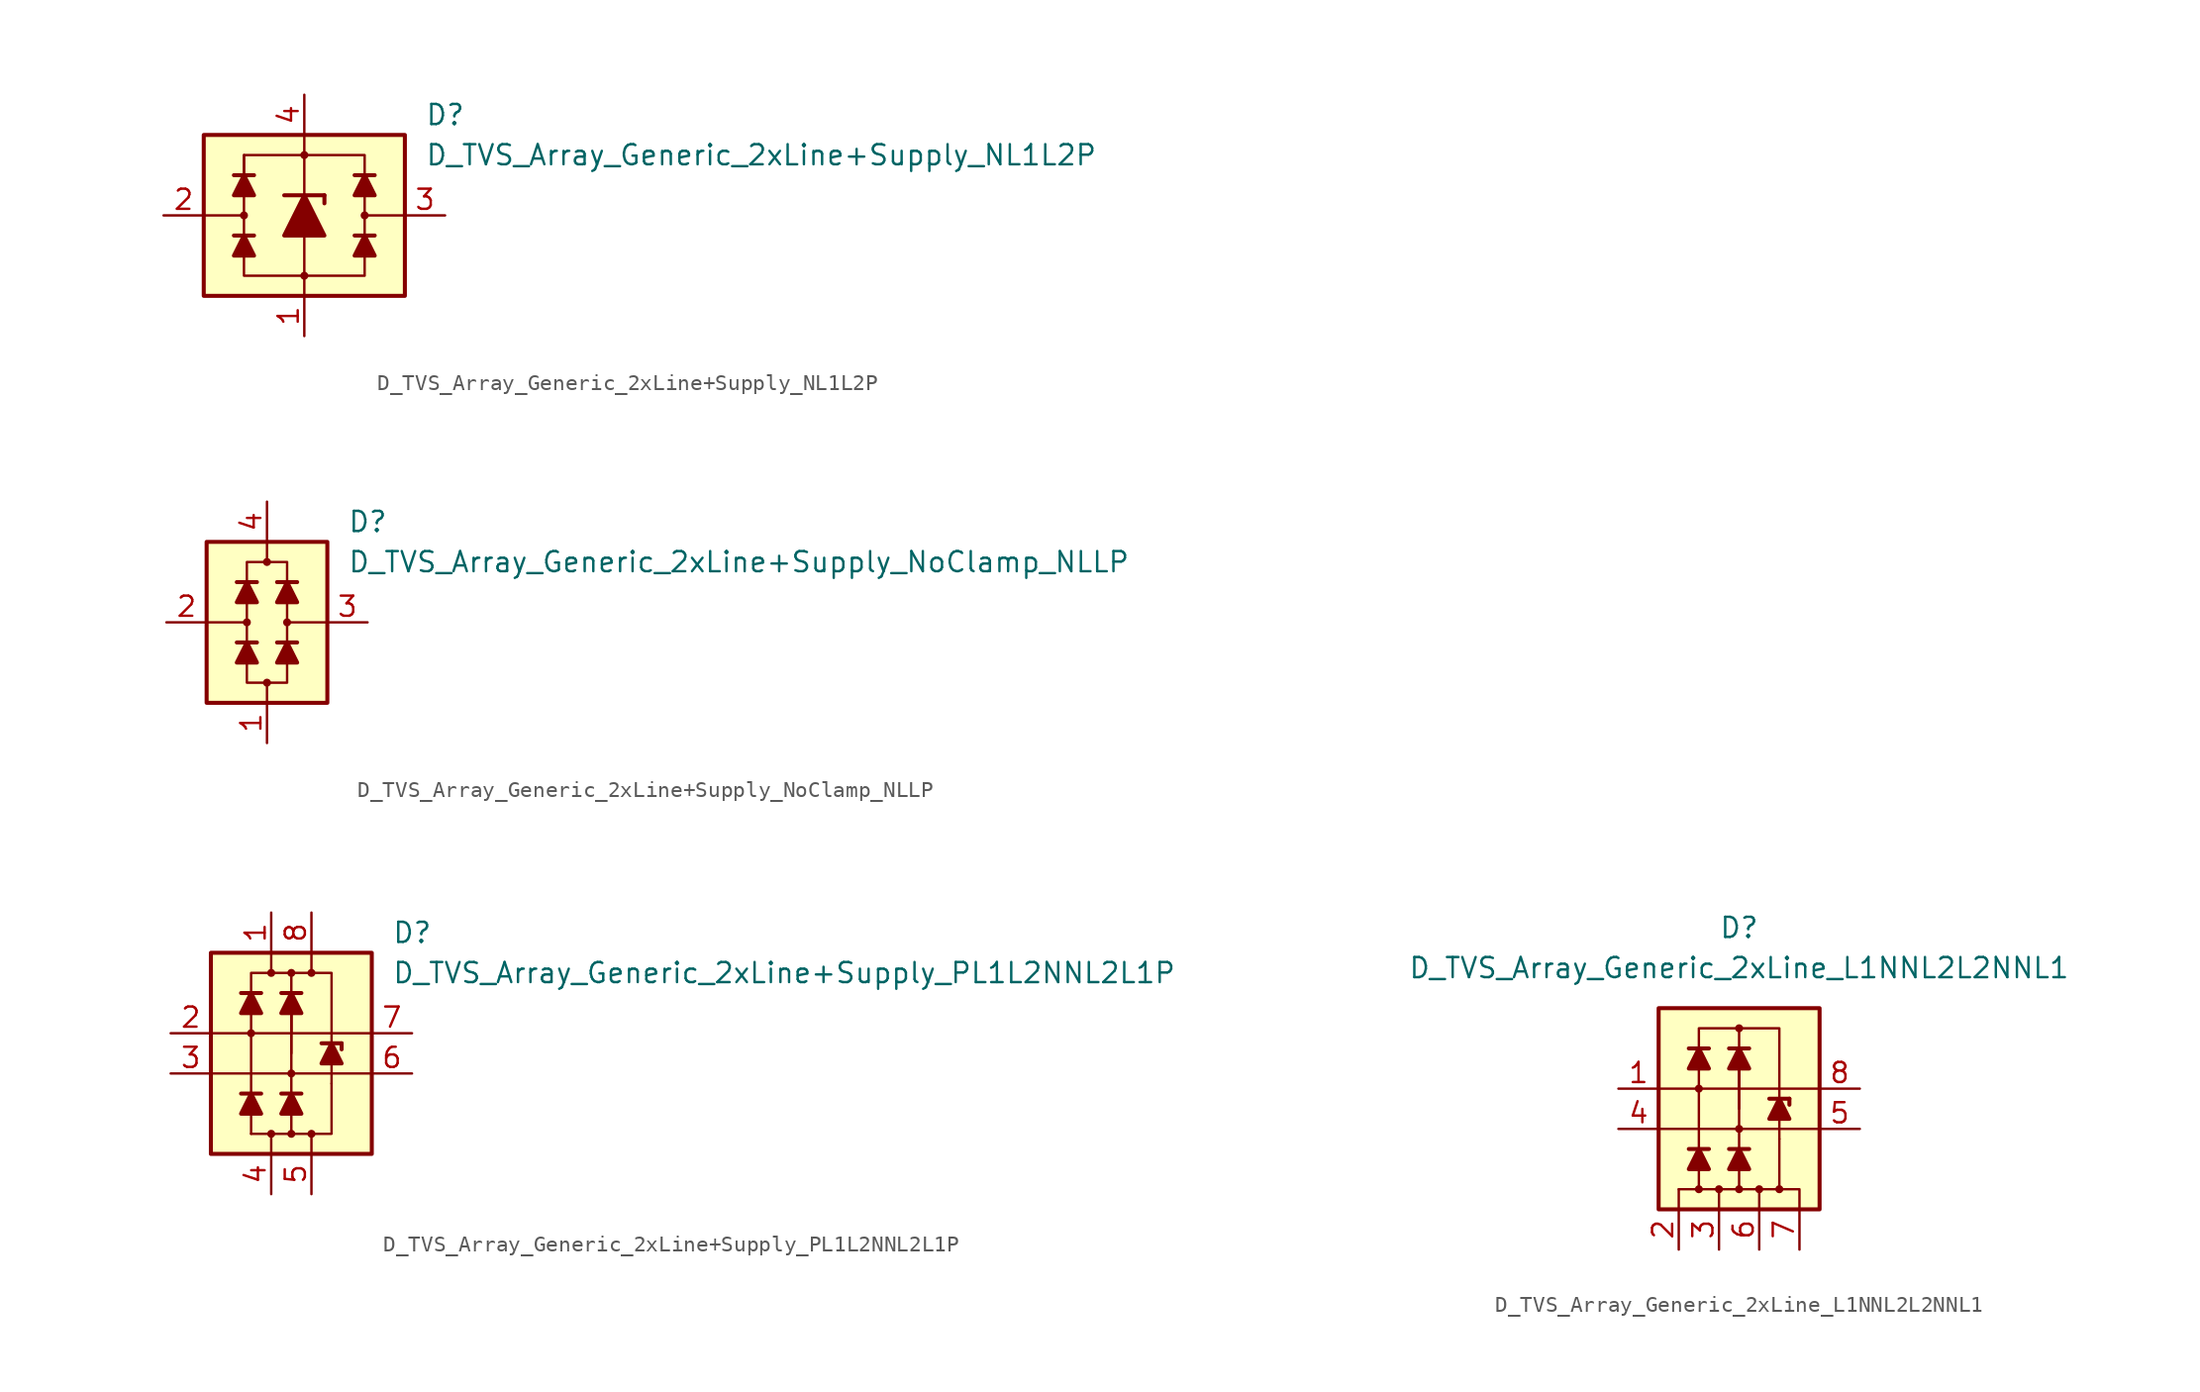
<source format=kicad_sym>
(kicad_symbol_lib
  (version 20211014)
  (generator kicad_symbol_editor)
  (symbol "D_TVS_Array_Generic_2xLine+Supply_NL1L2P"
    (pin_names
      (offset 1.016) hide)
    (property "Reference" "D"
      (at 7.62 6.35 0)
      (effects (font (size 1.27 1.27)) (justify left)))
    (property "Value" "D_TVS_Array_Generic_2xLine+Supply_NL1L2P"
      (at 7.62 3.81 0)
      (effects (font (size 1.27 1.27)) (justify left)))
    (symbol "D_TVS_Array_Generic_2xLine+Supply_NL1L2P_0_1"
      (rectangle (start -6.35 5.08) (end 6.35 -5.08) (stroke (width 0.254) (type default) (color 0 0 0 0)) (fill (type background)))
      (circle (center -3.81 0) (radius 0.178) (stroke (width 0) (type default) (color 0 0 0 0)) (fill (type outline)))
      (polyline (pts (xy -3.81 -1.27) (xy -3.81 1.27)) (stroke (width 0) (type default) (color 0 0 0 0)) (fill (type none)))
      (polyline (pts (xy -3.81 0) (xy -6.35 0)) (stroke (width 0) (type default) (color 0 0 0 0)) (fill (type none)))
      (polyline (pts (xy -3.175 -1.27) (xy -4.445 -1.27)) (stroke (width 0.254) (type default) (color 0 0 0 0)) (fill (type none)))
      (polyline (pts (xy -3.175 2.54) (xy -4.445 2.54)) (stroke (width 0.254) (type default) (color 0 0 0 0)) (fill (type none)))
      (polyline (pts (xy 0 -1.27) (xy 0 -5.08)) (stroke (width 0) (type default) (color 0 0 0 0)) (fill (type none)))
      (polyline (pts (xy 0 1.27) (xy 0 5.08)) (stroke (width 0) (type default) (color 0 0 0 0)) (fill (type none)))
      (polyline (pts (xy 3.81 -1.27) (xy 3.81 1.27)) (stroke (width 0) (type default) (color 0 0 0 0)) (fill (type none)))
      (polyline (pts (xy 3.81 0) (xy 6.35 0)) (stroke (width 0) (type default) (color 0 0 0 0)) (fill (type none)))
      (polyline (pts (xy 4.445 -1.27) (xy 3.175 -1.27)) (stroke (width 0.254) (type default) (color 0 0 0 0)) (fill (type none)))
      (polyline (pts (xy 4.445 2.54) (xy 3.175 2.54)) (stroke (width 0.254) (type default) (color 0 0 0 0)) (fill (type none)))
      (polyline (pts (xy -3.81 -2.54) (xy -3.81 -3.81) (xy 3.81 -3.81) (xy 3.81 -2.54)) (stroke (width 0) (type default) (color 0 0 0 0)) (fill (type none)))
      (polyline (pts (xy -3.81 -1.27) (xy -3.175 -2.54) (xy -4.445 -2.54) (xy -3.81 -1.27)) (stroke (width 0.254) (type default) (color 0 0 0 0)) (fill (type outline)))
      (polyline (pts (xy -3.81 2.54) (xy -3.81 3.81) (xy 3.81 3.81) (xy 3.81 2.54)) (stroke (width 0) (type default) (color 0 0 0 0)) (fill (type none)))
      (polyline (pts (xy -3.81 2.54) (xy -3.175 1.27) (xy -4.445 1.27) (xy -3.81 2.54)) (stroke (width 0.254) (type default) (color 0 0 0 0)) (fill (type outline)))
      (polyline (pts (xy 3.81 -1.27) (xy 4.445 -2.54) (xy 3.175 -2.54) (xy 3.81 -1.27)) (stroke (width 0.254) (type default) (color 0 0 0 0)) (fill (type outline)))
      (polyline (pts (xy 3.81 2.54) (xy 4.445 1.27) (xy 3.175 1.27) (xy 3.81 2.54)) (stroke (width 0.254) (type default) (color 0 0 0 0)) (fill (type outline)))
      (circle (center 0 3.81) (radius 0.178) (stroke (width 0) (type default) (color 0 0 0 0)) (fill (type outline)))
      (circle (center 3.81 0) (radius 0.178) (stroke (width 0) (type default) (color 0 0 0 0)) (fill (type outline))))
    (symbol "D_TVS_Array_Generic_2xLine+Supply_NL1L2P_1_1"
      (circle (center 0 -3.81) (radius 0.178) (stroke (width 0) (type default) (color 0 0 0 0)) (fill (type outline)))
      (polyline (pts (xy -3.81 1.27) (xy -3.81 3.81)) (stroke (width 0) (type default) (color 0 0 0 0)) (fill (type none)))
      (polyline (pts (xy -1.27 1.27) (xy 1.27 1.27)) (stroke (width 0.254) (type default) (color 0 0 0 0)) (fill (type none)))
      (polyline (pts (xy 0 -1.27) (xy 0 1.27)) (stroke (width 0) (type default) (color 0 0 0 0)) (fill (type none)))
      (polyline (pts (xy 1.27 1.27) (xy 1.27 0.762)) (stroke (width 0.254) (type default) (color 0 0 0 0)) (fill (type none)))
      (polyline (pts (xy 1.27 -1.27) (xy -1.27 -1.27) (xy 0 1.27) (xy 1.27 -1.27)) (stroke (width 0.254) (type default) (color 0 0 0 0)) (fill (type outline)))
      (pin passive line (at 0 -7.62 90) (length 2.54) (name "VN" (effects (font (size 1.27 1.27)))) (number "1" (effects (font (size 1.27 1.27)))))
      (pin passive line (at -8.89 0 0) (length 2.54) (name "L1" (effects (font (size 1.27 1.27)))) (number "2" (effects (font (size 1.27 1.27)))))
      (pin passive line (at 8.89 0 180) (length 2.54) (name "L2" (effects (font (size 1.27 1.27)))) (number "3" (effects (font (size 1.27 1.27)))))
      (pin passive line (at 0 7.62 270) (length 2.54) (name "VP" (effects (font (size 1.27 1.27)))) (number "4" (effects (font (size 1.27 1.27)))))))
  (symbol "D_TVS_Array_Generic_2xLine+Supply_NoClamp_NLLP"
    (pin_names
      (offset 1.016) hide)
    (property "Reference" "D"
      (at 5.08 6.35 0)
      (effects (font (size 1.27 1.27)) (justify left)))
    (property "Value" "D_TVS_Array_Generic_2xLine+Supply_NoClamp_NLLP"
      (at 5.08 3.81 0)
      (effects (font (size 1.27 1.27)) (justify left)))
    (symbol "D_TVS_Array_Generic_2xLine+Supply_NoClamp_NLLP_0_1"
      (rectangle (start -3.81 5.08) (end 3.81 -5.08) (stroke (width 0.254) (type default) (color 0 0 0 0)) (fill (type background)))
      (circle (center -1.27 0) (radius 0.178) (stroke (width 0) (type default) (color 0 0 0 0)) (fill (type outline)))
      (polyline (pts (xy -1.27 -1.27) (xy -1.27 1.27)) (stroke (width 0) (type default) (color 0 0 0 0)) (fill (type none)))
      (polyline (pts (xy -1.27 0) (xy -3.81 0)) (stroke (width 0) (type default) (color 0 0 0 0)) (fill (type none)))
      (polyline (pts (xy -0.635 -1.27) (xy -1.905 -1.27)) (stroke (width 0.254) (type default) (color 0 0 0 0)) (fill (type none)))
      (polyline (pts (xy -0.635 2.54) (xy -1.905 2.54)) (stroke (width 0.254) (type default) (color 0 0 0 0)) (fill (type none)))
      (polyline (pts (xy 0 -3.81) (xy 0 -5.08)) (stroke (width 0) (type default) (color 0 0 0 0)) (fill (type none)))
      (polyline (pts (xy 0 3.81) (xy 0 5.08)) (stroke (width 0.152) (type default) (color 0 0 0 0)) (fill (type none)))
      (polyline (pts (xy 1.27 -1.27) (xy 1.27 1.27)) (stroke (width 0) (type default) (color 0 0 0 0)) (fill (type none)))
      (polyline (pts (xy 1.27 0) (xy 3.81 0)) (stroke (width 0) (type default) (color 0 0 0 0)) (fill (type none)))
      (polyline (pts (xy 1.905 -1.27) (xy 0.635 -1.27)) (stroke (width 0.254) (type default) (color 0 0 0 0)) (fill (type none)))
      (polyline (pts (xy 1.905 2.54) (xy 0.635 2.54)) (stroke (width 0.254) (type default) (color 0 0 0 0)) (fill (type none)))
      (polyline (pts (xy -1.27 -2.54) (xy -1.27 -3.81) (xy 1.27 -3.81) (xy 1.27 -2.54)) (stroke (width 0.152) (type default) (color 0 0 0 0)) (fill (type none)))
      (polyline (pts (xy -1.27 -1.27) (xy -0.635 -2.54) (xy -1.905 -2.54) (xy -1.27 -1.27)) (stroke (width 0.254) (type default) (color 0 0 0 0)) (fill (type outline)))
      (polyline (pts (xy -1.27 2.54) (xy -1.27 3.81) (xy 1.27 3.81) (xy 1.27 2.54)) (stroke (width 0.152) (type default) (color 0 0 0 0)) (fill (type none)))
      (polyline (pts (xy -1.27 2.54) (xy -0.635 1.27) (xy -1.905 1.27) (xy -1.27 2.54)) (stroke (width 0.254) (type default) (color 0 0 0 0)) (fill (type outline)))
      (polyline (pts (xy 1.27 -1.27) (xy 1.905 -2.54) (xy 0.635 -2.54) (xy 1.27 -1.27)) (stroke (width 0.254) (type default) (color 0 0 0 0)) (fill (type outline)))
      (polyline (pts (xy 1.27 2.54) (xy 1.905 1.27) (xy 0.635 1.27) (xy 1.27 2.54)) (stroke (width 0.254) (type default) (color 0 0 0 0)) (fill (type outline)))
      (circle (center 0 3.81) (radius 0.178) (stroke (width 0) (type default) (color 0 0 0 0)) (fill (type outline)))
      (circle (center 1.27 0) (radius 0.178) (stroke (width 0) (type default) (color 0 0 0 0)) (fill (type outline))))
    (symbol "D_TVS_Array_Generic_2xLine+Supply_NoClamp_NLLP_1_1"
      (circle (center 0 -3.81) (radius 0.178) (stroke (width 0) (type default) (color 0 0 0 0)) (fill (type outline)))
      (pin passive line (at 0 -7.62 90) (length 2.54) (name "VN" (effects (font (size 1.27 1.27)))) (number "1" (effects (font (size 1.27 1.27)))))
      (pin passive line (at -6.35 0 0) (length 2.54) (name "L1" (effects (font (size 1.27 1.27)))) (number "2" (effects (font (size 1.27 1.27)))))
      (pin passive line (at 6.35 0 180) (length 2.54) (name "L2" (effects (font (size 1.27 1.27)))) (number "3" (effects (font (size 1.27 1.27)))))
      (pin passive line (at 0 7.62 270) (length 2.54) (name "VP" (effects (font (size 1.27 1.27)))) (number "4" (effects (font (size 1.27 1.27)))))))
  (symbol "D_TVS_Array_Generic_2xLine+Supply_PL1L2NNL2L1P"
    (pin_names
      (offset 1.016) hide)
    (property "Reference" "D"
      (at 6.35 7.62 0)
      (effects (font (size 1.27 1.27)) (justify left)))
    (property "Value" "D_TVS_Array_Generic_2xLine+Supply_PL1L2NNL2L1P"
      (at 6.35 5.08 0)
      (effects (font (size 1.27 1.27)) (justify left)))
    (symbol "D_TVS_Array_Generic_2xLine+Supply_PL1L2NNL2L1P_0_1"
      (rectangle (start -5.08 6.35) (end 5.08 -6.35) (stroke (width 0.254) (type default) (color 0 0 0 0)) (fill (type background)))
      (polyline (pts (xy -5.08 -1.27) (xy 5.08 -1.27)) (stroke (width 0) (type default) (color 0 0 0 0)) (fill (type none)))
      (polyline (pts (xy -5.08 1.27) (xy 5.08 1.27)) (stroke (width 0) (type default) (color 0 0 0 0)) (fill (type none)))
      (polyline (pts (xy -2.54 -5.08) (xy -2.54 2.54)) (stroke (width 0) (type default) (color 0 0 0 0)) (fill (type none)))
      (polyline (pts (xy -1.905 -2.54) (xy -3.175 -2.54)) (stroke (width 0.254) (type default) (color 0 0 0 0)) (fill (type none)))
      (polyline (pts (xy -1.905 3.81) (xy -3.175 3.81)) (stroke (width 0.254) (type default) (color 0 0 0 0)) (fill (type none)))
      (polyline (pts (xy -1.27 -6.35) (xy -1.27 -5.08)) (stroke (width 0) (type default) (color 0 0 0 0)) (fill (type none)))
      (polyline (pts (xy -1.27 6.35) (xy -1.27 5.08)) (stroke (width 0) (type default) (color 0 0 0 0)) (fill (type none)))
      (polyline (pts (xy 0 0) (xy 0 2.54)) (stroke (width 0) (type default) (color 0 0 0 0)) (fill (type none)))
      (polyline (pts (xy 0 2.54) (xy 0 -2.54)) (stroke (width 0) (type default) (color 0 0 0 0)) (fill (type none)))
      (polyline (pts (xy 0 3.81) (xy 0 5.08)) (stroke (width 0) (type default) (color 0 0 0 0)) (fill (type none)))
      (polyline (pts (xy 0.635 -2.54) (xy -0.635 -2.54)) (stroke (width 0.254) (type default) (color 0 0 0 0)) (fill (type none)))
      (polyline (pts (xy 0.635 3.81) (xy -0.635 3.81)) (stroke (width 0.254) (type default) (color 0 0 0 0)) (fill (type none)))
      (polyline (pts (xy 1.27 -6.35) (xy 1.27 -5.08)) (stroke (width 0) (type default) (color 0 0 0 0)) (fill (type none)))
      (polyline (pts (xy 1.27 6.35) (xy 1.27 5.08)) (stroke (width 0) (type default) (color 0 0 0 0)) (fill (type none)))
      (polyline (pts (xy 3.175 0.635) (xy 1.905 0.635)) (stroke (width 0.254) (type default) (color 0 0 0 0)) (fill (type none)))
      (polyline (pts (xy -2.54 -5.08) (xy -2.54 -5.08) (xy 2.54 -5.08) (xy 2.54 -1.905)) (stroke (width 0) (type default) (color 0 0 0 0)) (fill (type none)))
      (polyline (pts (xy -2.54 -2.54) (xy -1.905 -3.81) (xy -3.175 -3.81) (xy -2.54 -2.54)) (stroke (width 0.254) (type default) (color 0 0 0 0)) (fill (type outline)))
      (polyline (pts (xy -2.54 3.81) (xy -1.905 2.54) (xy -3.175 2.54) (xy -2.54 3.81)) (stroke (width 0.254) (type default) (color 0 0 0 0)) (fill (type outline)))
      (polyline (pts (xy 0 -2.54) (xy 0.635 -3.81) (xy -0.635 -3.81) (xy 0 -2.54)) (stroke (width 0.254) (type default) (color 0 0 0 0)) (fill (type outline)))
      (polyline (pts (xy 0 3.81) (xy 0.635 2.54) (xy -0.635 2.54) (xy 0 3.81)) (stroke (width 0.254) (type default) (color 0 0 0 0)) (fill (type outline)))
      (polyline (pts (xy 2.54 0.635) (xy 2.54 5.08) (xy -2.54 5.08) (xy -2.54 3.81)) (stroke (width 0) (type default) (color 0 0 0 0)) (fill (type none)))
      (polyline (pts (xy 2.54 0.635) (xy 3.175 -0.635) (xy 1.905 -0.635) (xy 2.54 0.635)) (stroke (width 0.254) (type default) (color 0 0 0 0)) (fill (type outline))))
    (symbol "D_TVS_Array_Generic_2xLine+Supply_PL1L2NNL2L1P_1_1"
      (circle (center -2.54 1.27) (radius 0.178) (stroke (width 0) (type default) (color 0 0 0 0)) (fill (type outline)))
      (circle (center -1.27 -5.08) (radius 0.178) (stroke (width 0) (type default) (color 0 0 0 0)) (fill (type outline)))
      (circle (center -1.27 5.08) (radius 0.178) (stroke (width 0) (type default) (color 0 0 0 0)) (fill (type outline)))
      (circle (center 0 -5.08) (radius 0.178) (stroke (width 0) (type default) (color 0 0 0 0)) (fill (type outline)))
      (circle (center 0 -1.27) (radius 0.178) (stroke (width 0) (type default) (color 0 0 0 0)) (fill (type outline)))
      (polyline (pts (xy 0 -5.08) (xy 0 -2.54)) (stroke (width 0) (type default) (color 0 0 0 0)) (fill (type none)))
      (polyline (pts (xy 0 1.27) (xy 0 3.81)) (stroke (width 0) (type default) (color 0 0 0 0)) (fill (type none)))
      (polyline (pts (xy 2.54 -1.905) (xy 2.54 0.635)) (stroke (width 0) (type default) (color 0 0 0 0)) (fill (type none)))
      (polyline (pts (xy 3.175 0.635) (xy 3.175 0.254)) (stroke (width 0.254) (type default) (color 0 0 0 0)) (fill (type none)))
      (circle (center 0 5.08) (radius 0.178) (stroke (width 0) (type default) (color 0 0 0 0)) (fill (type outline)))
      (circle (center 1.27 -5.08) (radius 0.178) (stroke (width 0) (type default) (color 0 0 0 0)) (fill (type outline)))
      (circle (center 1.27 5.08) (radius 0.178) (stroke (width 0) (type default) (color 0 0 0 0)) (fill (type outline)))
      (pin passive line (at -1.27 8.89 270) (length 2.54) (name "VP" (effects (font (size 1.27 1.27)))) (number "1" (effects (font (size 1.27 1.27)))))
      (pin passive line (at -7.62 1.27 0) (length 2.54) (name "L1" (effects (font (size 1.27 1.27)))) (number "2" (effects (font (size 1.27 1.27)))))
      (pin passive line (at -7.62 -1.27 0) (length 2.54) (name "L2" (effects (font (size 1.27 1.27)))) (number "3" (effects (font (size 1.27 1.27)))))
      (pin passive line (at -1.27 -8.89 90) (length 2.54) (name "VN" (effects (font (size 1.27 1.27)))) (number "4" (effects (font (size 1.27 1.27)))))
      (pin passive line (at 1.27 -8.89 90) (length 2.54) (name "VN" (effects (font (size 1.27 1.27)))) (number "5" (effects (font (size 1.27 1.27)))))
      (pin passive line (at 7.62 -1.27 180) (length 2.54) (name "L2" (effects (font (size 1.27 1.27)))) (number "6" (effects (font (size 1.27 1.27)))))
      (pin passive line (at 7.62 1.27 180) (length 2.54) (name "L1" (effects (font (size 1.27 1.27)))) (number "7" (effects (font (size 1.27 1.27)))))
      (pin passive line (at 1.27 8.89 270) (length 2.54) (name "VP" (effects (font (size 1.27 1.27)))) (number "8" (effects (font (size 1.27 1.27)))))))
  (symbol "D_TVS_Array_Generic_2xLine_L1NNL2L2NNL1"
    (pin_names
      (offset 1.016) hide)
    (property "Reference" "D"
      (at 0 11.43 0)
      (effects (font (size 1.27 1.27))))
    (property "Value" "D_TVS_Array_Generic_2xLine_L1NNL2L2NNL1"
      (at 0 8.89 0)
      (effects (font (size 1.27 1.27))))
    (symbol "D_TVS_Array_Generic_2xLine_L1NNL2L2NNL1_0_1"
      (rectangle (start -5.08 6.35) (end 5.08 -6.35) (stroke (width 0.254) (type default) (color 0 0 0 0)) (fill (type background)))
      (polyline (pts (xy -5.08 -1.27) (xy 5.08 -1.27)) (stroke (width 0) (type default) (color 0 0 0 0)) (fill (type none)))
      (polyline (pts (xy -5.08 1.27) (xy 5.08 1.27)) (stroke (width 0) (type default) (color 0 0 0 0)) (fill (type none)))
      (polyline (pts (xy -3.81 -6.35) (xy -3.81 -5.08)) (stroke (width 0.152) (type default) (color 0 0 0 0)) (fill (type none)))
      (polyline (pts (xy -3.81 -5.08) (xy -2.54 -5.08)) (stroke (width 0) (type default) (color 0 0 0 0)) (fill (type none)))
      (polyline (pts (xy -2.54 -5.08) (xy -2.54 2.54)) (stroke (width 0) (type default) (color 0 0 0 0)) (fill (type none)))
      (polyline (pts (xy -1.905 -2.54) (xy -3.175 -2.54)) (stroke (width 0.254) (type default) (color 0 0 0 0)) (fill (type none)))
      (polyline (pts (xy -1.905 3.81) (xy -3.175 3.81)) (stroke (width 0.254) (type default) (color 0 0 0 0)) (fill (type none)))
      (polyline (pts (xy -1.27 -6.35) (xy -1.27 -5.08)) (stroke (width 0) (type default) (color 0 0 0 0)) (fill (type none)))
      (polyline (pts (xy 0 0) (xy 0 2.54)) (stroke (width 0) (type default) (color 0 0 0 0)) (fill (type none)))
      (polyline (pts (xy 0 2.54) (xy 0 -2.54)) (stroke (width 0) (type default) (color 0 0 0 0)) (fill (type none)))
      (polyline (pts (xy 0 3.81) (xy 0 5.08)) (stroke (width 0) (type default) (color 0 0 0 0)) (fill (type none)))
      (polyline (pts (xy 0.635 -2.54) (xy -0.635 -2.54)) (stroke (width 0.254) (type default) (color 0 0 0 0)) (fill (type none)))
      (polyline (pts (xy 0.635 3.81) (xy -0.635 3.81)) (stroke (width 0.254) (type default) (color 0 0 0 0)) (fill (type none)))
      (polyline (pts (xy 1.27 -6.35) (xy 1.27 -5.08)) (stroke (width 0) (type default) (color 0 0 0 0)) (fill (type none)))
      (polyline (pts (xy 3.175 0.635) (xy 1.905 0.635)) (stroke (width 0.254) (type default) (color 0 0 0 0)) (fill (type none)))
      (polyline (pts (xy 2.54 -5.08) (xy 3.81 -5.08) (xy 3.81 -6.35)) (stroke (width 0.152) (type default) (color 0 0 0 0)) (fill (type none)))
      (polyline (pts (xy -2.54 -5.08) (xy -2.54 -5.08) (xy 2.54 -5.08) (xy 2.54 -1.905)) (stroke (width 0) (type default) (color 0 0 0 0)) (fill (type none)))
      (polyline (pts (xy -2.54 -2.54) (xy -1.905 -3.81) (xy -3.175 -3.81) (xy -2.54 -2.54)) (stroke (width 0.254) (type default) (color 0 0 0 0)) (fill (type outline)))
      (polyline (pts (xy -2.54 3.81) (xy -1.905 2.54) (xy -3.175 2.54) (xy -2.54 3.81)) (stroke (width 0.254) (type default) (color 0 0 0 0)) (fill (type outline)))
      (polyline (pts (xy 0 -2.54) (xy 0.635 -3.81) (xy -0.635 -3.81) (xy 0 -2.54)) (stroke (width 0.254) (type default) (color 0 0 0 0)) (fill (type outline)))
      (polyline (pts (xy 0 3.81) (xy 0.635 2.54) (xy -0.635 2.54) (xy 0 3.81)) (stroke (width 0.254) (type default) (color 0 0 0 0)) (fill (type outline)))
      (polyline (pts (xy 2.54 0.635) (xy 2.54 5.08) (xy -2.54 5.08) (xy -2.54 3.81)) (stroke (width 0) (type default) (color 0 0 0 0)) (fill (type none)))
      (polyline (pts (xy 2.54 0.635) (xy 3.175 -0.635) (xy 1.905 -0.635) (xy 2.54 0.635)) (stroke (width 0.254) (type default) (color 0 0 0 0)) (fill (type outline))))
    (symbol "D_TVS_Array_Generic_2xLine_L1NNL2L2NNL1_1_1"
      (circle (center -2.54 -5.08) (radius 0.178) (stroke (width 0) (type default) (color 0 0 0 0)) (fill (type outline)))
      (circle (center -2.54 1.27) (radius 0.178) (stroke (width 0) (type default) (color 0 0 0 0)) (fill (type outline)))
      (circle (center -1.27 -5.08) (radius 0.178) (stroke (width 0) (type default) (color 0 0 0 0)) (fill (type outline)))
      (circle (center 0 -5.08) (radius 0.178) (stroke (width 0) (type default) (color 0 0 0 0)) (fill (type outline)))
      (circle (center 0 -1.27) (radius 0.178) (stroke (width 0) (type default) (color 0 0 0 0)) (fill (type outline)))
      (polyline (pts (xy 0 -5.08) (xy 0 -2.54)) (stroke (width 0) (type default) (color 0 0 0 0)) (fill (type none)))
      (polyline (pts (xy 0 1.27) (xy 0 3.81)) (stroke (width 0) (type default) (color 0 0 0 0)) (fill (type none)))
      (polyline (pts (xy 2.54 -1.905) (xy 2.54 0.635)) (stroke (width 0) (type default) (color 0 0 0 0)) (fill (type none)))
      (polyline (pts (xy 3.175 0.635) (xy 3.175 0.254)) (stroke (width 0.254) (type default) (color 0 0 0 0)) (fill (type none)))
      (circle (center 0 5.08) (radius 0.178) (stroke (width 0) (type default) (color 0 0 0 0)) (fill (type outline)))
      (circle (center 1.27 -5.08) (radius 0.178) (stroke (width 0) (type default) (color 0 0 0 0)) (fill (type outline)))
      (circle (center 2.54 -5.08) (radius 0.178) (stroke (width 0) (type default) (color 0 0 0 0)) (fill (type outline)))
      (pin passive line (at -7.62 1.27 0) (length 2.54) (name "L1" (effects (font (size 1.27 1.27)))) (number "1" (effects (font (size 1.27 1.27)))))
      (pin passive line (at -3.81 -8.89 90) (length 2.54) (name "VN" (effects (font (size 1.27 1.27)))) (number "2" (effects (font (size 1.27 1.27)))))
      (pin passive line (at -1.27 -8.89 90) (length 2.54) (name "VN" (effects (font (size 1.27 1.27)))) (number "3" (effects (font (size 1.27 1.27)))))
      (pin passive line (at -7.62 -1.27 0) (length 2.54) (name "L2" (effects (font (size 1.27 1.27)))) (number "4" (effects (font (size 1.27 1.27)))))
      (pin passive line (at 7.62 -1.27 180) (length 2.54) (name "L2" (effects (font (size 1.27 1.27)))) (number "5" (effects (font (size 1.27 1.27)))))
      (pin passive line (at 1.27 -8.89 90) (length 2.54) (name "VN" (effects (font (size 1.27 1.27)))) (number "6" (effects (font (size 1.27 1.27)))))
      (pin passive line (at 3.81 -8.89 90) (length 2.54) (name "VN" (effects (font (size 1.27 1.27)))) (number "7" (effects (font (size 1.27 1.27)))))
      (pin passive line (at 7.62 1.27 180) (length 2.54) (name "L1" (effects (font (size 1.27 1.27)))) (number "8" (effects (font (size 1.27 1.27))))))))
</source>
